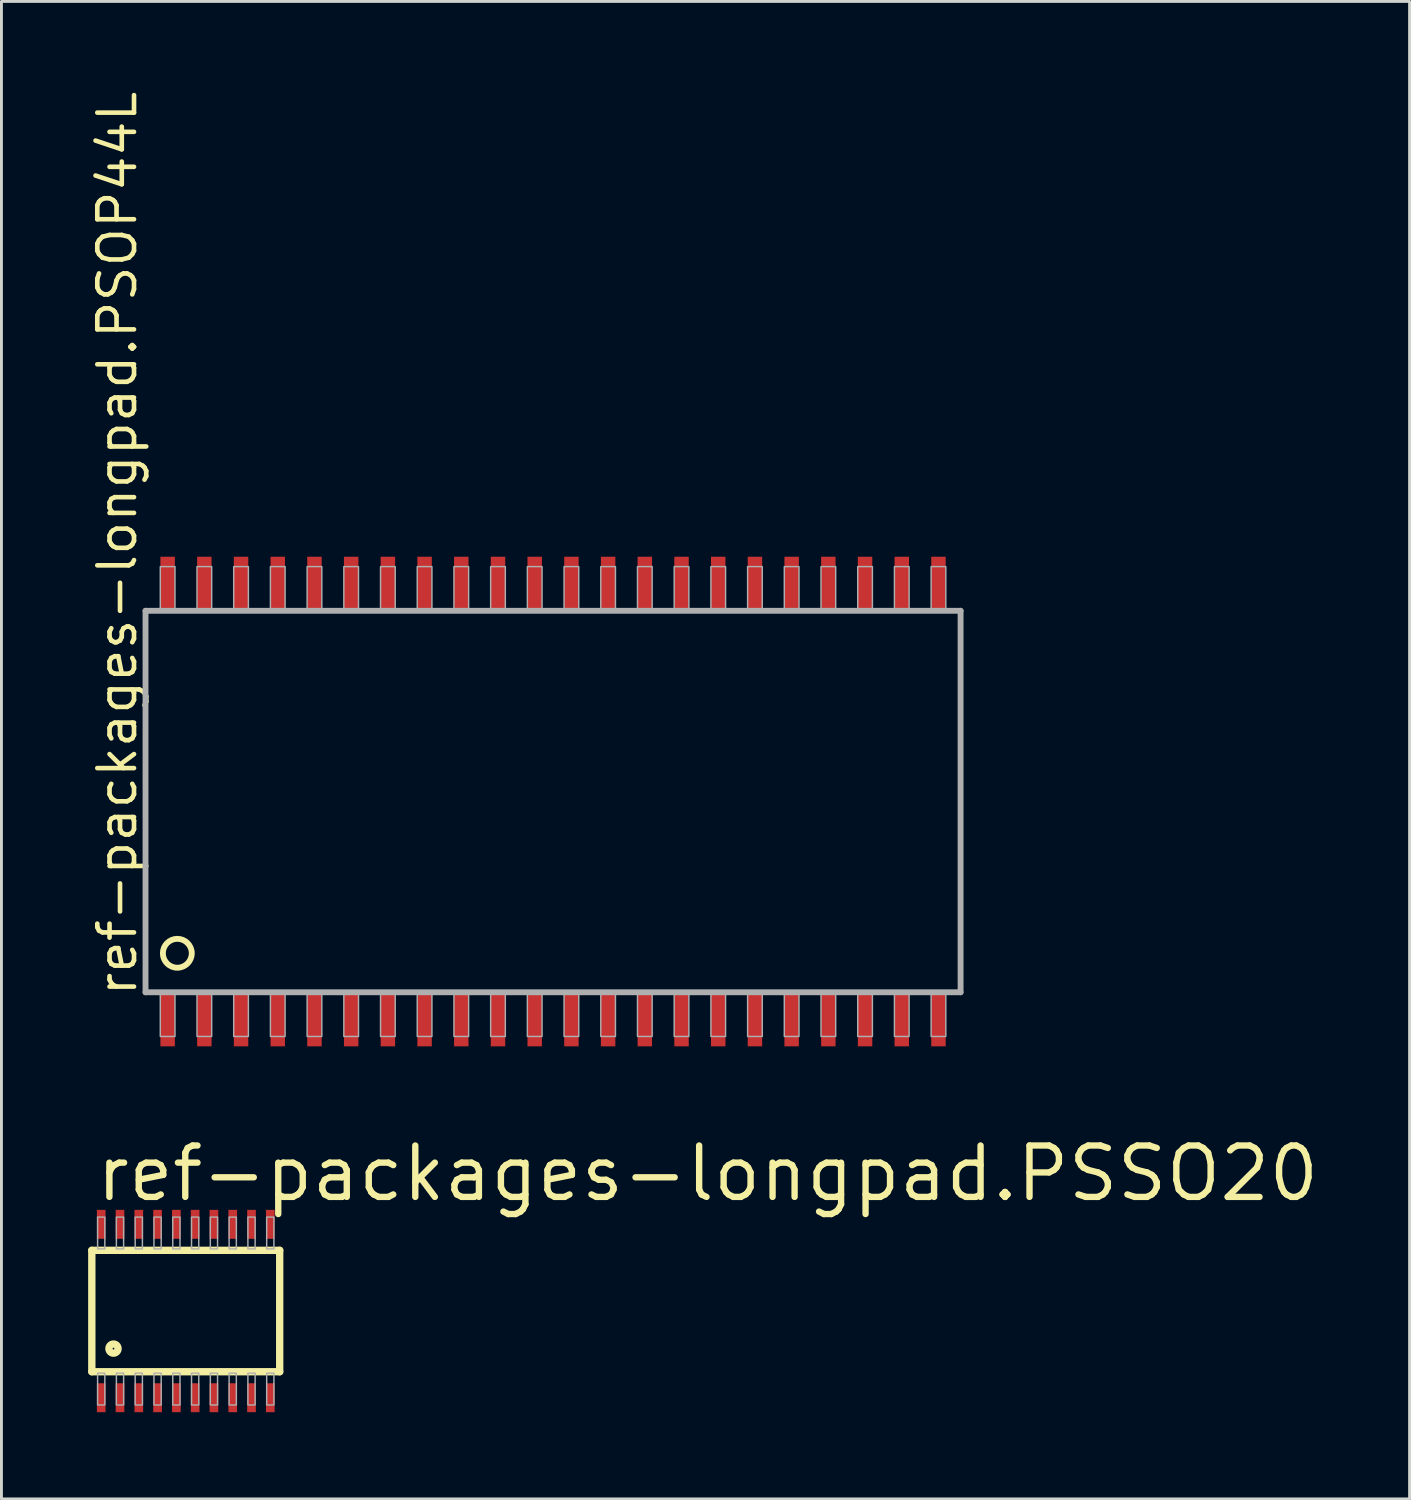
<source format=kicad_pcb>
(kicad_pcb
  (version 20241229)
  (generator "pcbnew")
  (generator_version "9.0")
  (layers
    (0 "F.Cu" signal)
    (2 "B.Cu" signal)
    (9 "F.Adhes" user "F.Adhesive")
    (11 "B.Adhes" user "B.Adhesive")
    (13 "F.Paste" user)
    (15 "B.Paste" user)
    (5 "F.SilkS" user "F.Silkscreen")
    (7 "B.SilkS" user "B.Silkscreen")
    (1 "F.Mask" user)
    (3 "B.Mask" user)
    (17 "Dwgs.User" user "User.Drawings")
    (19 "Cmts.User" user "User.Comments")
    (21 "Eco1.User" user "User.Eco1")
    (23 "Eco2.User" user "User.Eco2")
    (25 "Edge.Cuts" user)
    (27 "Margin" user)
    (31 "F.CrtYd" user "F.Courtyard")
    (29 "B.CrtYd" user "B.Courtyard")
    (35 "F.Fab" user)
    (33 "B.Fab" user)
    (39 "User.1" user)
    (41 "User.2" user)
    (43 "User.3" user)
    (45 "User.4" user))
  (footprint "ref-packages-longpad.PSSO20"
    (layer "F.Cu")
    (at 3.377 42.31)
    (property "Reference" "ref-packages-longpad.PSSO20" (at -3.21 -3.72 0) (layer "F.SilkS") (effects (font (size 1.778 1.778) (thickness 0.22)) (justify left bottom)))
    (attr smd)
    (fp_line (start -3.25 -2.1) (end -3.25 2.1) (stroke (width 0.254) (type default)) (layer "F.SilkS"))
    (fp_line (start -3.25 2.1) (end 3.25 2.1) (stroke (width 0.254) (type default)) (layer "F.SilkS"))
    (fp_line (start 3.25 -2.1) (end -3.25 -2.1) (stroke (width 0.254) (type default)) (layer "F.SilkS"))
    (fp_line (start 3.25 2.1) (end 3.25 -2.1) (stroke (width 0.254) (type default)) (layer "F.SilkS"))
    (fp_circle (center -2.5 1.3) (end -2.342 1.3) (stroke (width 0.254) (type default)) (fill no) (layer "F.SilkS"))
    (fp_rect (start -3.05 -2.15) (end -2.8 -3.25) (stroke (width 0.05) (type default)) (fill no) (layer "F.Fab"))
    (fp_rect (start -3.05 3.25) (end -2.8 2.15) (stroke (width 0.05) (type default)) (fill no) (layer "F.Fab"))
    (fp_rect (start -2.4 -2.15) (end -2.15 -3.25) (stroke (width 0.05) (type default)) (fill no) (layer "F.Fab"))
    (fp_rect (start -2.4 3.25) (end -2.15 2.15) (stroke (width 0.05) (type default)) (fill no) (layer "F.Fab"))
    (fp_rect (start -1.75 -2.15) (end -1.5 -3.25) (stroke (width 0.05) (type default)) (fill no) (layer "F.Fab"))
    (fp_rect (start -1.75 3.25) (end -1.5 2.15) (stroke (width 0.05) (type default)) (fill no) (layer "F.Fab"))
    (fp_rect (start -1.1 -2.15) (end -0.85 -3.25) (stroke (width 0.05) (type default)) (fill no) (layer "F.Fab"))
    (fp_rect (start -1.1 3.25) (end -0.85 2.15) (stroke (width 0.05) (type default)) (fill no) (layer "F.Fab"))
    (fp_rect (start -0.45 -2.15) (end -0.2 -3.25) (stroke (width 0.05) (type default)) (fill no) (layer "F.Fab"))
    (fp_rect (start -0.45 3.25) (end -0.2 2.15) (stroke (width 0.05) (type default)) (fill no) (layer "F.Fab"))
    (fp_rect (start 0.2 -2.15) (end 0.45 -3.25) (stroke (width 0.05) (type default)) (fill no) (layer "F.Fab"))
    (fp_rect (start 0.2 3.25) (end 0.45 2.15) (stroke (width 0.05) (type default)) (fill no) (layer "F.Fab"))
    (fp_rect (start 0.85 -2.15) (end 1.1 -3.25) (stroke (width 0.05) (type default)) (fill no) (layer "F.Fab"))
    (fp_rect (start 0.85 3.25) (end 1.1 2.15) (stroke (width 0.05) (type default)) (fill no) (layer "F.Fab"))
    (fp_rect (start 1.5 -2.15) (end 1.75 -3.25) (stroke (width 0.05) (type default)) (fill no) (layer "F.Fab"))
    (fp_rect (start 1.5 3.25) (end 1.75 2.15) (stroke (width 0.05) (type default)) (fill no) (layer "F.Fab"))
    (fp_rect (start 2.15 -2.15) (end 2.4 -3.25) (stroke (width 0.05) (type default)) (fill no) (layer "F.Fab"))
    (fp_rect (start 2.15 3.25) (end 2.4 2.15) (stroke (width 0.05) (type default)) (fill no) (layer "F.Fab"))
    (fp_rect (start 2.8 -2.15) (end 3.05 -3.25) (stroke (width 0.05) (type default)) (fill no) (layer "F.Fab"))
    (fp_rect (start 2.8 3.25) (end 3.05 2.15) (stroke (width 0.05) (type default)) (fill no) (layer "F.Fab"))
    (pad "1" smd roundrect (at -2.925 3) (size 0.3 1) (layers "F.Cu" "F.Mask" "F.Paste") (roundrect_rratio 0.01))
    (pad "2" smd roundrect (at -2.275 3) (size 0.3 1) (layers "F.Cu" "F.Mask" "F.Paste") (roundrect_rratio 0.01))
    (pad "3" smd roundrect (at -1.625 3) (size 0.3 1) (layers "F.Cu" "F.Mask" "F.Paste") (roundrect_rratio 0.01))
    (pad "4" smd roundrect (at -0.975 3) (size 0.3 1) (layers "F.Cu" "F.Mask" "F.Paste") (roundrect_rratio 0.01))
    (pad "5" smd roundrect (at -0.325 3) (size 0.3 1) (layers "F.Cu" "F.Mask" "F.Paste") (roundrect_rratio 0.01))
    (pad "6" smd roundrect (at 0.325 3) (size 0.3 1) (layers "F.Cu" "F.Mask" "F.Paste") (roundrect_rratio 0.01))
    (pad "7" smd roundrect (at 0.975 3) (size 0.3 1) (layers "F.Cu" "F.Mask" "F.Paste") (roundrect_rratio 0.01))
    (pad "8" smd roundrect (at 1.625 3) (size 0.3 1) (layers "F.Cu" "F.Mask" "F.Paste") (roundrect_rratio 0.01))
    (pad "9" smd roundrect (at 2.275 3) (size 0.3 1) (layers "F.Cu" "F.Mask" "F.Paste") (roundrect_rratio 0.01))
    (pad "10" smd roundrect (at 2.925 3) (size 0.3 1) (layers "F.Cu" "F.Mask" "F.Paste") (roundrect_rratio 0.01))
    (pad "11" smd roundrect (at 2.925 -3) (size 0.3 1) (layers "F.Cu" "F.Mask" "F.Paste") (roundrect_rratio 0.01))
    (pad "12" smd roundrect (at 2.275 -3) (size 0.3 1) (layers "F.Cu" "F.Mask" "F.Paste") (roundrect_rratio 0.01))
    (pad "13" smd roundrect (at 1.625 -3) (size 0.3 1) (layers "F.Cu" "F.Mask" "F.Paste") (roundrect_rratio 0.01))
    (pad "14" smd roundrect (at 0.975 -3) (size 0.3 1) (layers "F.Cu" "F.Mask" "F.Paste") (roundrect_rratio 0.01))
    (pad "15" smd roundrect (at 0.325 -3) (size 0.3 1) (layers "F.Cu" "F.Mask" "F.Paste") (roundrect_rratio 0.01))
    (pad "16" smd roundrect (at -0.325 -3) (size 0.3 1) (layers "F.Cu" "F.Mask" "F.Paste") (roundrect_rratio 0.01))
    (pad "17" smd roundrect (at -0.975 -3) (size 0.3 1) (layers "F.Cu" "F.Mask" "F.Paste") (roundrect_rratio 0.01))
    (pad "18" smd roundrect (at -1.625 -3) (size 0.3 1) (layers "F.Cu" "F.Mask" "F.Paste") (roundrect_rratio 0.01))
    (pad "19" smd roundrect (at -2.275 -3) (size 0.3 1) (layers "F.Cu" "F.Mask" "F.Paste") (roundrect_rratio 0.01))
    (pad "20" smd roundrect (at -2.925 -3) (size 0.3 1) (layers "F.Cu" "F.Mask" "F.Paste") (roundrect_rratio 0.01)))
  (footprint "ref-packages-longpad.PSOP44L"
    (layer "F.Cu")
    (at 16.085 24.682)
    (property "Reference" "ref-packages-longpad.PSOP44L" (at -14.335 6.81 90) (layer "F.SilkS") (effects (font (size 1.27 1.27) (thickness 0.16)) (justify left bottom)))
    (attr smd)
    (fp_circle (center -13 5.25) (end -12.5 5.25) (stroke (width 0.203) (type default)) (fill no) (layer "F.SilkS"))
    (fp_line (start -14.1 -6.6) (end -14.1 6.6) (stroke (width 0.203) (type default)) (layer "F.Fab"))
    (fp_line (start -14.1 6.6) (end 14.1 6.6) (stroke (width 0.203) (type default)) (layer "F.Fab"))
    (fp_line (start 14.1 -6.6) (end -14.1 -6.6) (stroke (width 0.203) (type default)) (layer "F.Fab"))
    (fp_line (start 14.1 6.6) (end 14.1 -6.6) (stroke (width 0.203) (type default)) (layer "F.Fab"))
    (fp_rect (start -13.589 -6.604) (end -13.081 -8.128) (stroke (width 0.05) (type default)) (fill no) (layer "F.Fab"))
    (fp_rect (start -13.589 8.128) (end -13.081 6.604) (stroke (width 0.05) (type default)) (fill no) (layer "F.Fab"))
    (fp_rect (start -12.319 -6.604) (end -11.811 -8.128) (stroke (width 0.05) (type default)) (fill no) (layer "F.Fab"))
    (fp_rect (start -12.319 8.128) (end -11.811 6.604) (stroke (width 0.05) (type default)) (fill no) (layer "F.Fab"))
    (fp_rect (start -11.049 -6.604) (end -10.541 -8.128) (stroke (width 0.05) (type default)) (fill no) (layer "F.Fab"))
    (fp_rect (start -11.049 8.128) (end -10.541 6.604) (stroke (width 0.05) (type default)) (fill no) (layer "F.Fab"))
    (fp_rect (start -9.779 -6.604) (end -9.271 -8.128) (stroke (width 0.05) (type default)) (fill no) (layer "F.Fab"))
    (fp_rect (start -9.779 8.128) (end -9.271 6.604) (stroke (width 0.05) (type default)) (fill no) (layer "F.Fab"))
    (fp_rect (start -8.509 -6.604) (end -8.001 -8.128) (stroke (width 0.05) (type default)) (fill no) (layer "F.Fab"))
    (fp_rect (start -8.509 8.128) (end -8.001 6.604) (stroke (width 0.05) (type default)) (fill no) (layer "F.Fab"))
    (fp_rect (start -7.239 -6.604) (end -6.731 -8.128) (stroke (width 0.05) (type default)) (fill no) (layer "F.Fab"))
    (fp_rect (start -7.239 8.128) (end -6.731 6.604) (stroke (width 0.05) (type default)) (fill no) (layer "F.Fab"))
    (fp_rect (start -5.969 -6.604) (end -5.461 -8.128) (stroke (width 0.05) (type default)) (fill no) (layer "F.Fab"))
    (fp_rect (start -5.969 8.128) (end -5.461 6.604) (stroke (width 0.05) (type default)) (fill no) (layer "F.Fab"))
    (fp_rect (start -4.699 -6.604) (end -4.191 -8.128) (stroke (width 0.05) (type default)) (fill no) (layer "F.Fab"))
    (fp_rect (start -4.699 8.128) (end -4.191 6.604) (stroke (width 0.05) (type default)) (fill no) (layer "F.Fab"))
    (fp_rect (start -3.429 -6.604) (end -2.921 -8.128) (stroke (width 0.05) (type default)) (fill no) (layer "F.Fab"))
    (fp_rect (start -3.429 8.128) (end -2.921 6.604) (stroke (width 0.05) (type default)) (fill no) (layer "F.Fab"))
    (fp_rect (start -2.159 -6.604) (end -1.651 -8.128) (stroke (width 0.05) (type default)) (fill no) (layer "F.Fab"))
    (fp_rect (start -2.159 8.128) (end -1.651 6.604) (stroke (width 0.05) (type default)) (fill no) (layer "F.Fab"))
    (fp_rect (start -0.889 -6.604) (end -0.381 -8.128) (stroke (width 0.05) (type default)) (fill no) (layer "F.Fab"))
    (fp_rect (start -0.889 8.128) (end -0.381 6.604) (stroke (width 0.05) (type default)) (fill no) (layer "F.Fab"))
    (fp_rect (start 0.381 -6.604) (end 0.889 -8.128) (stroke (width 0.05) (type default)) (fill no) (layer "F.Fab"))
    (fp_rect (start 0.381 8.128) (end 0.889 6.604) (stroke (width 0.05) (type default)) (fill no) (layer "F.Fab"))
    (fp_rect (start 1.651 -6.604) (end 2.159 -8.128) (stroke (width 0.05) (type default)) (fill no) (layer "F.Fab"))
    (fp_rect (start 1.651 8.128) (end 2.159 6.604) (stroke (width 0.05) (type default)) (fill no) (layer "F.Fab"))
    (fp_rect (start 2.921 -6.604) (end 3.429 -8.128) (stroke (width 0.05) (type default)) (fill no) (layer "F.Fab"))
    (fp_rect (start 2.921 8.128) (end 3.429 6.604) (stroke (width 0.05) (type default)) (fill no) (layer "F.Fab"))
    (fp_rect (start 4.191 -6.604) (end 4.699 -8.128) (stroke (width 0.05) (type default)) (fill no) (layer "F.Fab"))
    (fp_rect (start 4.191 8.128) (end 4.699 6.604) (stroke (width 0.05) (type default)) (fill no) (layer "F.Fab"))
    (fp_rect (start 5.461 -6.604) (end 5.969 -8.128) (stroke (width 0.05) (type default)) (fill no) (layer "F.Fab"))
    (fp_rect (start 5.461 8.128) (end 5.969 6.604) (stroke (width 0.05) (type default)) (fill no) (layer "F.Fab"))
    (fp_rect (start 6.731 -6.604) (end 7.239 -8.128) (stroke (width 0.05) (type default)) (fill no) (layer "F.Fab"))
    (fp_rect (start 6.731 8.128) (end 7.239 6.604) (stroke (width 0.05) (type default)) (fill no) (layer "F.Fab"))
    (fp_rect (start 8.001 -6.604) (end 8.509 -8.128) (stroke (width 0.05) (type default)) (fill no) (layer "F.Fab"))
    (fp_rect (start 8.001 8.128) (end 8.509 6.604) (stroke (width 0.05) (type default)) (fill no) (layer "F.Fab"))
    (fp_rect (start 9.271 -6.604) (end 9.779 -8.128) (stroke (width 0.05) (type default)) (fill no) (layer "F.Fab"))
    (fp_rect (start 9.271 8.128) (end 9.779 6.604) (stroke (width 0.05) (type default)) (fill no) (layer "F.Fab"))
    (fp_rect (start 10.541 -6.604) (end 11.049 -8.128) (stroke (width 0.05) (type default)) (fill no) (layer "F.Fab"))
    (fp_rect (start 10.541 8.128) (end 11.049 6.604) (stroke (width 0.05) (type default)) (fill no) (layer "F.Fab"))
    (fp_rect (start 11.811 -6.604) (end 12.319 -8.128) (stroke (width 0.05) (type default)) (fill no) (layer "F.Fab"))
    (fp_rect (start 11.811 8.128) (end 12.319 6.604) (stroke (width 0.05) (type default)) (fill no) (layer "F.Fab"))
    (fp_rect (start 13.081 -6.604) (end 13.589 -8.128) (stroke (width 0.05) (type default)) (fill no) (layer "F.Fab"))
    (fp_rect (start 13.081 8.128) (end 13.589 6.604) (stroke (width 0.05) (type default)) (fill no) (layer "F.Fab"))
    (pad "1" smd roundrect (at -13.335 7.52) (size 0.5 1.9) (layers "F.Cu" "F.Mask" "F.Paste") (roundrect_rratio 0.01))
    (pad "2" smd roundrect (at -12.065 7.52) (size 0.5 1.9) (layers "F.Cu" "F.Mask" "F.Paste") (roundrect_rratio 0.01))
    (pad "3" smd roundrect (at -10.795 7.52) (size 0.5 1.9) (layers "F.Cu" "F.Mask" "F.Paste") (roundrect_rratio 0.01))
    (pad "4" smd roundrect (at -9.525 7.52) (size 0.5 1.9) (layers "F.Cu" "F.Mask" "F.Paste") (roundrect_rratio 0.01))
    (pad "5" smd roundrect (at -8.255 7.52) (size 0.5 1.9) (layers "F.Cu" "F.Mask" "F.Paste") (roundrect_rratio 0.01))
    (pad "6" smd roundrect (at -6.985 7.52) (size 0.5 1.9) (layers "F.Cu" "F.Mask" "F.Paste") (roundrect_rratio 0.01))
    (pad "7" smd roundrect (at -5.715 7.52) (size 0.5 1.9) (layers "F.Cu" "F.Mask" "F.Paste") (roundrect_rratio 0.01))
    (pad "8" smd roundrect (at -4.445 7.52) (size 0.5 1.9) (layers "F.Cu" "F.Mask" "F.Paste") (roundrect_rratio 0.01))
    (pad "9" smd roundrect (at -3.175 7.52) (size 0.5 1.9) (layers "F.Cu" "F.Mask" "F.Paste") (roundrect_rratio 0.01))
    (pad "10" smd roundrect (at -1.905 7.52) (size 0.5 1.9) (layers "F.Cu" "F.Mask" "F.Paste") (roundrect_rratio 0.01))
    (pad "11" smd roundrect (at -0.635 7.52) (size 0.5 1.9) (layers "F.Cu" "F.Mask" "F.Paste") (roundrect_rratio 0.01))
    (pad "12" smd roundrect (at 0.635 7.52) (size 0.5 1.9) (layers "F.Cu" "F.Mask" "F.Paste") (roundrect_rratio 0.01))
    (pad "13" smd roundrect (at 1.905 7.52) (size 0.5 1.9) (layers "F.Cu" "F.Mask" "F.Paste") (roundrect_rratio 0.01))
    (pad "14" smd roundrect (at 3.175 7.52) (size 0.5 1.9) (layers "F.Cu" "F.Mask" "F.Paste") (roundrect_rratio 0.01))
    (pad "15" smd roundrect (at 4.445 7.52) (size 0.5 1.9) (layers "F.Cu" "F.Mask" "F.Paste") (roundrect_rratio 0.01))
    (pad "16" smd roundrect (at 5.715 7.52) (size 0.5 1.9) (layers "F.Cu" "F.Mask" "F.Paste") (roundrect_rratio 0.01))
    (pad "17" smd roundrect (at 6.985 7.52) (size 0.5 1.9) (layers "F.Cu" "F.Mask" "F.Paste") (roundrect_rratio 0.01))
    (pad "18" smd roundrect (at 8.255 7.52) (size 0.5 1.9) (layers "F.Cu" "F.Mask" "F.Paste") (roundrect_rratio 0.01))
    (pad "19" smd roundrect (at 9.525 7.52) (size 0.5 1.9) (layers "F.Cu" "F.Mask" "F.Paste") (roundrect_rratio 0.01))
    (pad "20" smd roundrect (at 10.795 7.52) (size 0.5 1.9) (layers "F.Cu" "F.Mask" "F.Paste") (roundrect_rratio 0.01))
    (pad "21" smd roundrect (at 12.065 7.52) (size 0.5 1.9) (layers "F.Cu" "F.Mask" "F.Paste") (roundrect_rratio 0.01))
    (pad "22" smd roundrect (at 13.335 7.52) (size 0.5 1.9) (layers "F.Cu" "F.Mask" "F.Paste") (roundrect_rratio 0.01))
    (pad "23" smd roundrect (at 13.335 -7.52) (size 0.5 1.9) (layers "F.Cu" "F.Mask" "F.Paste") (roundrect_rratio 0.01))
    (pad "24" smd roundrect (at 12.065 -7.52) (size 0.5 1.9) (layers "F.Cu" "F.Mask" "F.Paste") (roundrect_rratio 0.01))
    (pad "25" smd roundrect (at 10.795 -7.52) (size 0.5 1.9) (layers "F.Cu" "F.Mask" "F.Paste") (roundrect_rratio 0.01))
    (pad "26" smd roundrect (at 9.525 -7.52) (size 0.5 1.9) (layers "F.Cu" "F.Mask" "F.Paste") (roundrect_rratio 0.01))
    (pad "27" smd roundrect (at 8.255 -7.52) (size 0.5 1.9) (layers "F.Cu" "F.Mask" "F.Paste") (roundrect_rratio 0.01))
    (pad "28" smd roundrect (at 6.985 -7.52) (size 0.5 1.9) (layers "F.Cu" "F.Mask" "F.Paste") (roundrect_rratio 0.01))
    (pad "29" smd roundrect (at 5.715 -7.52) (size 0.5 1.9) (layers "F.Cu" "F.Mask" "F.Paste") (roundrect_rratio 0.01))
    (pad "30" smd roundrect (at 4.445 -7.52) (size 0.5 1.9) (layers "F.Cu" "F.Mask" "F.Paste") (roundrect_rratio 0.01))
    (pad "31" smd roundrect (at 3.175 -7.52) (size 0.5 1.9) (layers "F.Cu" "F.Mask" "F.Paste") (roundrect_rratio 0.01))
    (pad "32" smd roundrect (at 1.905 -7.52) (size 0.5 1.9) (layers "F.Cu" "F.Mask" "F.Paste") (roundrect_rratio 0.01))
    (pad "33" smd roundrect (at 0.635 -7.52) (size 0.5 1.9) (layers "F.Cu" "F.Mask" "F.Paste") (roundrect_rratio 0.01))
    (pad "34" smd roundrect (at -0.635 -7.52) (size 0.5 1.9) (layers "F.Cu" "F.Mask" "F.Paste") (roundrect_rratio 0.01))
    (pad "35" smd roundrect (at -1.905 -7.52) (size 0.5 1.9) (layers "F.Cu" "F.Mask" "F.Paste") (roundrect_rratio 0.01))
    (pad "36" smd roundrect (at -3.175 -7.52) (size 0.5 1.9) (layers "F.Cu" "F.Mask" "F.Paste") (roundrect_rratio 0.01))
    (pad "37" smd roundrect (at -4.445 -7.52) (size 0.5 1.9) (layers "F.Cu" "F.Mask" "F.Paste") (roundrect_rratio 0.01))
    (pad "38" smd roundrect (at -5.715 -7.52) (size 0.5 1.9) (layers "F.Cu" "F.Mask" "F.Paste") (roundrect_rratio 0.01))
    (pad "39" smd roundrect (at -6.985 -7.52) (size 0.5 1.9) (layers "F.Cu" "F.Mask" "F.Paste") (roundrect_rratio 0.01))
    (pad "40" smd roundrect (at -8.255 -7.52) (size 0.5 1.9) (layers "F.Cu" "F.Mask" "F.Paste") (roundrect_rratio 0.01))
    (pad "41" smd roundrect (at -9.525 -7.52) (size 0.5 1.9) (layers "F.Cu" "F.Mask" "F.Paste") (roundrect_rratio 0.01))
    (pad "42" smd roundrect (at -10.795 -7.52) (size 0.5 1.9) (layers "F.Cu" "F.Mask" "F.Paste") (roundrect_rratio 0.01))
    (pad "43" smd roundrect (at -12.065 -7.52) (size 0.5 1.9) (layers "F.Cu" "F.Mask" "F.Paste") (roundrect_rratio 0.01))
    (pad "44" smd roundrect (at -13.335 -7.52) (size 0.5 1.9) (layers "F.Cu" "F.Mask" "F.Paste") (roundrect_rratio 0.01)))
  (gr_rect
    (start -3 -3)
    (end 45.72 48.81)
    (stroke (width 0.1) (type default))
    (fill no)
    (layer "Edge.Cuts")))
</source>
